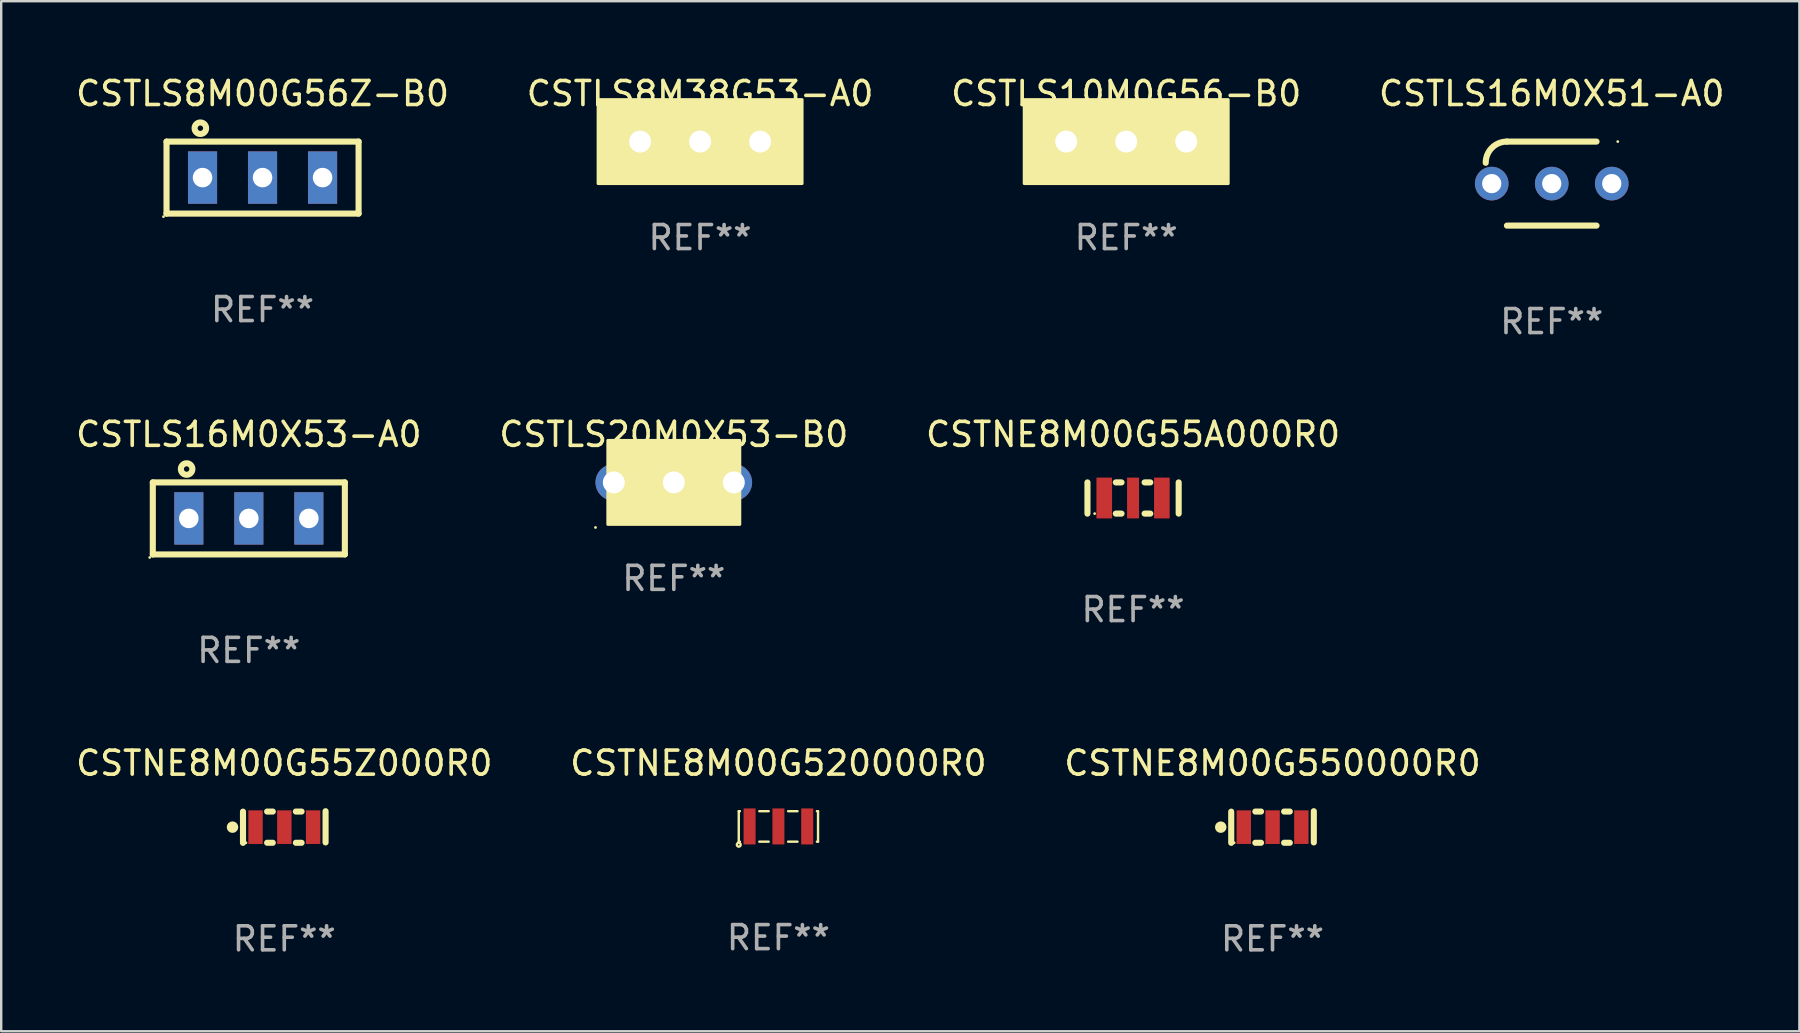
<source format=kicad_pcb>
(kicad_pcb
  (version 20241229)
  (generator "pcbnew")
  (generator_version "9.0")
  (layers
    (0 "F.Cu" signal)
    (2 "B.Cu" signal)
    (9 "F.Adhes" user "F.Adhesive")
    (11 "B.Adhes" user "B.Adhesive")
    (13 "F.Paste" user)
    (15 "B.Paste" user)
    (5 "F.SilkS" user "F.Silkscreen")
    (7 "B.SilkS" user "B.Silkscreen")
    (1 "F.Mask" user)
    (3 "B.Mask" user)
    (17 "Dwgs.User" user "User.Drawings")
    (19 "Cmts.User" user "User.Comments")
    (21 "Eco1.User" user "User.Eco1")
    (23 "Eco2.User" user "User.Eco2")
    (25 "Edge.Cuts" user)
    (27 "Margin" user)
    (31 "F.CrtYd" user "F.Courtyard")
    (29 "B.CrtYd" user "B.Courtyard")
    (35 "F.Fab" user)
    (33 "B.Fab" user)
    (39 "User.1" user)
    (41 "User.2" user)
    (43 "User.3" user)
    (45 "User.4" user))
  (footprint "CSTNE8M00G55Z000R0"
    (layer "F.Cu")
    (at 8.792 31.401)
    (property "Reference" "CSTNE8M00G55Z000R0" (at 0 -2.659 0) (layer "F.SilkS") (effects (font (size 1 1) (thickness 0.15))))
    (attr through_hole)
    (fp_line (start -1.72 -0.641) (end -1.72 0.659) (stroke (width 0.254) (type solid)) (layer "F.SilkS"))
    (fp_line (start -0.715 -0.645) (end -0.479 -0.645) (stroke (width 0.254) (type solid)) (layer "F.SilkS"))
    (fp_line (start -0.715 0.655) (end -0.479 0.655) (stroke (width 0.254) (type solid)) (layer "F.SilkS"))
    (fp_line (start 0.483 -0.645) (end 0.72 -0.645) (stroke (width 0.254) (type solid)) (layer "F.SilkS"))
    (fp_line (start 0.483 0.655) (end 0.72 0.655) (stroke (width 0.254) (type solid)) (layer "F.SilkS"))
    (fp_line (start 1.72 0.641) (end 1.72 -0.659) (stroke (width 0.254) (type solid)) (layer "F.SilkS"))
    (fp_circle (center -2.157 0.005) (end -2.037 0.005) (stroke (width 0.24) (type solid)) (fill no) (layer "F.SilkS"))
    (fp_circle (center -1.598 0.655) (end -1.568 0.655) (stroke (width 0.06) (type solid)) (fill no) (layer "F.SilkS"))
    (fp_text user "REF**" (at 0 4.659 0) (layer "F.Fab") (effects (font (size 1 1) (thickness 0.15))))
    (pad "1" smd rect (at -1.197 0.005) (size 0.6 1.4) (layers "F.Cu" "F.Mask" "F.Paste"))
    (pad "2" smd rect (at 0.002 0.005) (size 0.6 1.4) (layers "F.Cu" "F.Mask" "F.Paste"))
    (pad "3" smd rect (at 1.201 0.005) (size 0.6 1.4) (layers "F.Cu" "F.Mask" "F.Paste")))
  (footprint "CSTLS16M0X53-A0"
    (layer "F.Cu")
    (at 7.315 18.545)
    (property "Reference" "CSTLS16M0X53-A0" (at 0 -3.5 0) (layer "F.SilkS") (effects (font (size 1 1) (thickness 0.15))))
    (attr through_hole)
    (fp_line (start -4 -1.5) (end -4 1.5) (stroke (width 0.254) (type solid)) (layer "F.SilkS"))
    (fp_line (start -4 -1.5) (end 4 -1.5) (stroke (width 0.254) (type solid)) (layer "F.SilkS"))
    (fp_line (start -4 1.5) (end 4 1.5) (stroke (width 0.254) (type solid)) (layer "F.SilkS"))
    (fp_line (start 4 -1.5) (end 4 1.5) (stroke (width 0.254) (type solid)) (layer "F.SilkS"))
    (fp_circle (center -4.127 1.627) (end -4.097 1.627) (stroke (width 0.06) (type solid)) (fill no) (layer "F.SilkS"))
    (fp_circle (center -2.591 -2.057) (end -2.351 -2.057) (stroke (width 0.254) (type solid)) (fill no) (layer "F.SilkS"))
    (fp_text user "REF**" (at 0 5.5 0) (layer "F.Fab") (effects (font (size 1 1) (thickness 0.15))))
    (pad "1" thru_hole rect (at -2.5 0 90) (size 2.182 1.212) (drill 0.813) (layers "*.Cu" "*.Mask"))
    (pad "2" thru_hole rect (at 0 0 90) (size 2.182 1.212) (drill 0.813) (layers "*.Cu" "*.Mask"))
    (pad "3" thru_hole rect (at 2.5 0 90) (size 2.182 1.212) (drill 0.813) (layers "*.Cu" "*.Mask")))
  (footprint "CSTLS20M0X53-B0"
    (layer "F.Cu")
    (at 25.018 17.045)
    (property "Reference" "CSTLS20M0X53-B0" (at 0 -2 0) (layer "F.SilkS") (effects (font (size 1 1) (thickness 0.15))))
    (attr through_hole)
    (fp_circle (center -3.262 1.877) (end -3.232 1.877) (stroke (width 0.06) (type solid)) (fill no) (layer "F.SilkS"))
    (fp_poly (pts (xy -2.75 -1.75) (xy 2.75 -1.75) (xy 2.75 1.75) (xy -2.75 1.75)) (stroke (width 0.12) (type solid)) (fill yes) (layer "F.SilkS"))
    (fp_text user "REF**" (at 0 4 0) (layer "F.Fab") (effects (font (size 1 1) (thickness 0.15))))
    (pad "1" thru_hole circle (at -2.5 0) (size 1.524 1.524) (drill 0.914) (layers "*.Cu" "*.Mask"))
    (pad "2" thru_hole circle (at -0.000127 0) (size 1.524 1.524) (drill 0.914) (layers "*.Cu" "*.Mask"))
    (pad "3" thru_hole circle (at 2.5 0) (size 1.524 1.524) (drill 0.914) (layers "*.Cu" "*.Mask")))
  (footprint "CSTLS10M0G56-B0"
    (layer "F.Cu")
    (at 43.863 2.848)
    (property "Reference" "CSTLS10M0G56-B0" (at 0 -2 0) (layer "F.SilkS") (effects (font (size 1 1) (thickness 0.15))))
    (attr through_hole)
    (fp_circle (center -4 1.5) (end -3.97 1.5) (stroke (width 0.06) (type solid)) (fill no) (layer "F.SilkS"))
    (fp_poly (pts (xy -4.25 -1.75) (xy 4.25 -1.75) (xy 4.25 1.75) (xy -4.25 1.75)) (stroke (width 0.12) (type solid)) (fill yes) (layer "F.SilkS"))
    (fp_text user "REF**" (at 0 4 0) (layer "F.Fab") (effects (font (size 1 1) (thickness 0.15))))
    (pad "1" thru_hole circle (at -2.5 0) (size 1.524 1.524) (drill 0.914) (layers "*.Cu" "*.Mask"))
    (pad "2" thru_hole circle (at -0.000127 0) (size 1.524 1.524) (drill 0.914) (layers "*.Cu" "*.Mask"))
    (pad "3" thru_hole circle (at 2.5 0) (size 1.524 1.524) (drill 0.914) (layers "*.Cu" "*.Mask")))
  (footprint "CSTLS8M00G56Z-B0"
    (layer "F.Cu")
    (at 7.887 4.348)
    (property "Reference" "CSTLS8M00G56Z-B0" (at 0 -3.5 0) (layer "F.SilkS") (effects (font (size 1 1) (thickness 0.15))))
    (attr through_hole)
    (fp_line (start -4 -1.5) (end -4 1.5) (stroke (width 0.254) (type solid)) (layer "F.SilkS"))
    (fp_line (start -4 -1.5) (end 4 -1.5) (stroke (width 0.254) (type solid)) (layer "F.SilkS"))
    (fp_line (start -4 1.5) (end 4 1.5) (stroke (width 0.254) (type solid)) (layer "F.SilkS"))
    (fp_line (start 4 -1.5) (end 4 1.5) (stroke (width 0.254) (type solid)) (layer "F.SilkS"))
    (fp_circle (center -4.127 1.627) (end -4.097 1.627) (stroke (width 0.06) (type solid)) (fill no) (layer "F.SilkS"))
    (fp_circle (center -2.591 -2.057) (end -2.351 -2.057) (stroke (width 0.254) (type solid)) (fill no) (layer "F.SilkS"))
    (fp_text user "REF**" (at 0 5.5 0) (layer "F.Fab") (effects (font (size 1 1) (thickness 0.15))))
    (pad "1" thru_hole rect (at -2.5 0 90) (size 2.182 1.212) (drill 0.813) (layers "*.Cu" "*.Mask"))
    (pad "2" thru_hole rect (at 0 0 90) (size 2.182 1.212) (drill 0.813) (layers "*.Cu" "*.Mask"))
    (pad "3" thru_hole rect (at 2.5 0 90) (size 2.182 1.212) (drill 0.813) (layers "*.Cu" "*.Mask")))
  (footprint "CSTLS16M0X51-A0"
    (layer "F.Cu")
    (at 61.589 4.598)
    (property "Reference" "CSTLS16M0X51-A0" (at 0 -3.75 0) (layer "F.SilkS") (effects (font (size 1 1) (thickness 0.15))))
    (attr through_hole)
    (fp_line (start -1.866 1.75) (end 1.866 1.75) (stroke (width 0.254) (type solid)) (layer "F.SilkS"))
    (fp_line (start 1.866 -1.75) (end -1.866 -1.75) (stroke (width 0.254) (type solid)) (layer "F.SilkS"))
    (fp_arc (start -2.750114 -0.866218) (mid -2.491264 -1.491137) (end -1.866345 -1.749987) (stroke (width 0.254001) (type solid)) (layer "F.SilkS"))
    (fp_circle (center 2.75 -1.75) (end 2.78 -1.75) (stroke (width 0.06) (type solid)) (fill no) (layer "F.SilkS"))
    (fp_text user "REF**" (at 0 5.75 0) (layer "F.Fab") (effects (font (size 1 1) (thickness 0.15))))
    (pad "1" thru_hole circle (at 2.5 0) (size 1.4 1.4) (drill 0.8) (layers "*.Cu" "*.Mask"))
    (pad "2" thru_hole circle (at -0.000127 0) (size 1.4 1.4) (drill 0.8) (layers "*.Cu" "*.Mask"))
    (pad "3" thru_hole circle (at -2.5 0) (size 1.4 1.4) (drill 0.8) (layers "*.Cu" "*.Mask")))
  (footprint "CSTNE8M00G550000R0"
    (layer "F.Cu")
    (at 49.958 31.401)
    (property "Reference" "CSTNE8M00G550000R0" (at 0 -2.659 0) (layer "F.SilkS") (effects (font (size 1 1) (thickness 0.15))))
    (attr through_hole)
    (fp_line (start -1.72 -0.641) (end -1.72 0.659) (stroke (width 0.254) (type solid)) (layer "F.SilkS"))
    (fp_line (start -0.715 -0.645) (end -0.479 -0.645) (stroke (width 0.254) (type solid)) (layer "F.SilkS"))
    (fp_line (start -0.715 0.655) (end -0.479 0.655) (stroke (width 0.254) (type solid)) (layer "F.SilkS"))
    (fp_line (start 0.483 -0.645) (end 0.72 -0.645) (stroke (width 0.254) (type solid)) (layer "F.SilkS"))
    (fp_line (start 0.483 0.655) (end 0.72 0.655) (stroke (width 0.254) (type solid)) (layer "F.SilkS"))
    (fp_line (start 1.72 0.641) (end 1.72 -0.659) (stroke (width 0.254) (type solid)) (layer "F.SilkS"))
    (fp_circle (center -2.157 0.005) (end -2.037 0.005) (stroke (width 0.24) (type solid)) (fill no) (layer "F.SilkS"))
    (fp_circle (center -1.598 0.655) (end -1.568 0.655) (stroke (width 0.06) (type solid)) (fill no) (layer "F.SilkS"))
    (fp_text user "REF**" (at 0 4.659 0) (layer "F.Fab") (effects (font (size 1 1) (thickness 0.15))))
    (pad "1" smd rect (at -1.197 0.005) (size 0.6 1.4) (layers "F.Cu" "F.Mask" "F.Paste"))
    (pad "2" smd rect (at 0.002 0.005) (size 0.6 1.4) (layers "F.Cu" "F.Mask" "F.Paste"))
    (pad "3" smd rect (at 1.201 0.005) (size 0.6 1.4) (layers "F.Cu" "F.Mask" "F.Paste")))
  (footprint "CSTLS8M38G53-A0"
    (layer "F.Cu")
    (at 26.113 2.848)
    (property "Reference" "CSTLS8M38G53-A0" (at 0 -2 0) (layer "F.SilkS") (effects (font (size 1 1) (thickness 0.15))))
    (attr through_hole)
    (fp_circle (center -4 1.5) (end -3.97 1.5) (stroke (width 0.06) (type solid)) (fill no) (layer "F.SilkS"))
    (fp_poly (pts (xy -4.25 -1.75) (xy 4.25 -1.75) (xy 4.25 1.75) (xy -4.25 1.75)) (stroke (width 0.12) (type solid)) (fill yes) (layer "F.SilkS"))
    (fp_text user "REF**" (at 0 4 0) (layer "F.Fab") (effects (font (size 1 1) (thickness 0.15))))
    (pad "1" thru_hole circle (at -2.5 0) (size 1.524 1.524) (drill 0.914) (layers "*.Cu" "*.Mask"))
    (pad "2" thru_hole circle (at -0.000127 0) (size 1.524 1.524) (drill 0.914) (layers "*.Cu" "*.Mask"))
    (pad "3" thru_hole circle (at 2.5 0) (size 1.524 1.524) (drill 0.914) (layers "*.Cu" "*.Mask")))
  (footprint "CSTNE8M00G55A000R0"
    (layer "F.Cu")
    (at 44.149 17.695)
    (property "Reference" "CSTNE8M00G55A000R0" (at 0 -2.65 0) (layer "F.SilkS") (effects (font (size 1 1) (thickness 0.15))))
    (attr through_hole)
    (fp_line (start -1.9 -0.65) (end -1.9 0.65) (stroke (width 0.254) (type solid)) (layer "F.SilkS"))
    (fp_line (start -0.718 -0.65) (end -0.481 -0.65) (stroke (width 0.254) (type solid)) (layer "F.SilkS"))
    (fp_line (start -0.718 0.65) (end -0.481 0.65) (stroke (width 0.254) (type solid)) (layer "F.SilkS"))
    (fp_line (start 0.481 -0.65) (end 0.718 -0.65) (stroke (width 0.254) (type solid)) (layer "F.SilkS"))
    (fp_line (start 0.481 0.65) (end 0.718 0.65) (stroke (width 0.254) (type solid)) (layer "F.SilkS"))
    (fp_line (start 1.9 0.65) (end 1.9 -0.65) (stroke (width 0.254) (type solid)) (layer "F.SilkS"))
    (fp_circle (center -1.6 0.65) (end -1.57 0.65) (stroke (width 0.06) (type solid)) (fill no) (layer "F.SilkS"))
    (fp_text user "REF**" (at 0 4.65 0) (layer "F.Fab") (effects (font (size 1 1) (thickness 0.15))))
    (pad "1" smd rect (at -1.2 0) (size 0.65 1.7) (layers "F.Cu" "F.Mask" "F.Paste"))
    (pad "2" smd rect (at 0 0) (size 0.5 1.7) (layers "F.Cu" "F.Mask" "F.Paste"))
    (pad "3" smd rect (at 1.2 0) (size 0.65 1.7) (layers "F.Cu" "F.Mask" "F.Paste")))
  (footprint "CSTNE8M00G520000R0"
    (layer "F.Cu")
    (at 29.375 31.376)
    (property "Reference" "CSTNE8M00G520000R0" (at 0 -2.635 0) (layer "F.SilkS") (effects (font (size 1 1) (thickness 0.15))))
    (attr through_hole)
    (fp_line (start -1.651 -0.635) (end -1.604 -0.635) (stroke (width 0.1) (type solid)) (layer "F.SilkS"))
    (fp_line (start -1.651 0.635) (end -1.651 -0.635) (stroke (width 0.1) (type solid)) (layer "F.SilkS"))
    (fp_line (start -1.604 0.635) (end -1.651 0.635) (stroke (width 0.1) (type solid)) (layer "F.SilkS"))
    (fp_line (start -0.796 -0.635) (end -0.404 -0.635) (stroke (width 0.1) (type solid)) (layer "F.SilkS"))
    (fp_line (start -0.404 0.635) (end -0.796 0.635) (stroke (width 0.1) (type solid)) (layer "F.SilkS"))
    (fp_line (start 0.404 -0.635) (end 0.796 -0.635) (stroke (width 0.1) (type solid)) (layer "F.SilkS"))
    (fp_line (start 0.796 0.635) (end 0.404 0.635) (stroke (width 0.1) (type solid)) (layer "F.SilkS"))
    (fp_line (start 1.604 -0.635) (end 1.651 -0.635) (stroke (width 0.1) (type solid)) (layer "F.SilkS"))
    (fp_line (start 1.651 -0.635) (end 1.651 0.635) (stroke (width 0.1) (type solid)) (layer "F.SilkS"))
    (fp_line (start 1.651 0.635) (end 1.604 0.635) (stroke (width 0.1) (type solid)) (layer "F.SilkS"))
    (fp_circle (center -1.651 0.762) (end -1.571 0.762) (stroke (width 0.1) (type solid)) (fill no) (layer "F.SilkS"))
    (fp_text user "REF**" (at 0 4.635 0) (layer "F.Fab") (effects (font (size 1 1) (thickness 0.15))))
    (pad "1" smd rect (at -1.2 0) (size 0.5 1.5) (layers "F.Cu" "F.Mask" "F.Paste"))
    (pad "2" smd rect (at 0 0) (size 0.5 1.5) (layers "F.Cu" "F.Mask" "F.Paste"))
    (pad "3" smd rect (at 1.2 0) (size 0.5 1.5) (layers "F.Cu" "F.Mask" "F.Paste")))
  (gr_rect
    (start -3 -3)
    (end 71.905 39.908)
    (stroke (width 0.1) (type default))
    (fill no)
    (layer "Edge.Cuts")))
</source>
